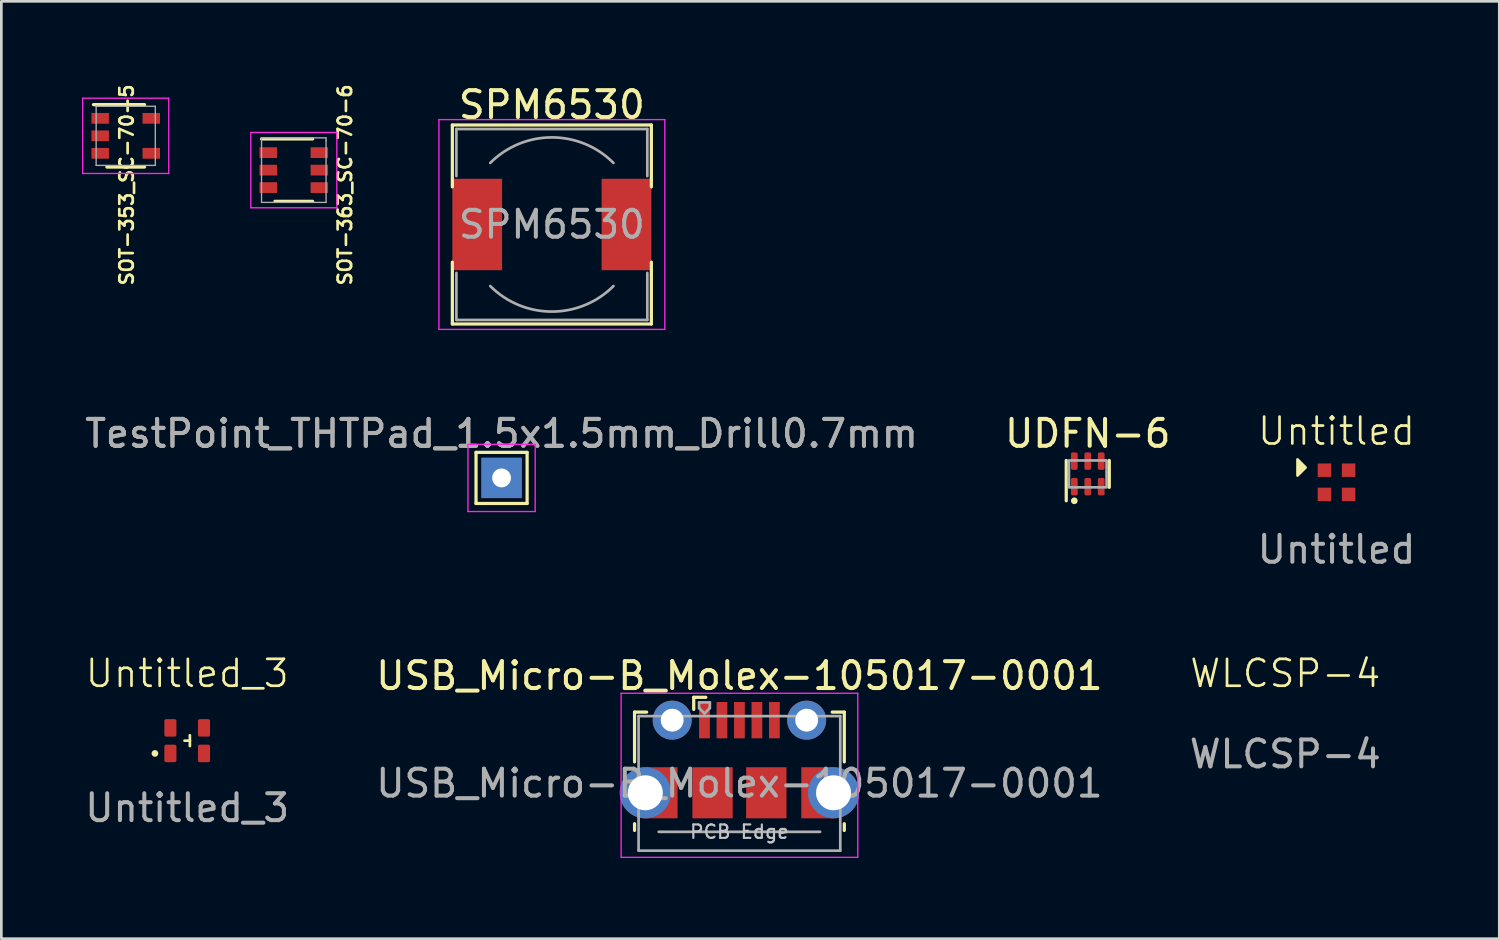
<source format=kicad_pcb>
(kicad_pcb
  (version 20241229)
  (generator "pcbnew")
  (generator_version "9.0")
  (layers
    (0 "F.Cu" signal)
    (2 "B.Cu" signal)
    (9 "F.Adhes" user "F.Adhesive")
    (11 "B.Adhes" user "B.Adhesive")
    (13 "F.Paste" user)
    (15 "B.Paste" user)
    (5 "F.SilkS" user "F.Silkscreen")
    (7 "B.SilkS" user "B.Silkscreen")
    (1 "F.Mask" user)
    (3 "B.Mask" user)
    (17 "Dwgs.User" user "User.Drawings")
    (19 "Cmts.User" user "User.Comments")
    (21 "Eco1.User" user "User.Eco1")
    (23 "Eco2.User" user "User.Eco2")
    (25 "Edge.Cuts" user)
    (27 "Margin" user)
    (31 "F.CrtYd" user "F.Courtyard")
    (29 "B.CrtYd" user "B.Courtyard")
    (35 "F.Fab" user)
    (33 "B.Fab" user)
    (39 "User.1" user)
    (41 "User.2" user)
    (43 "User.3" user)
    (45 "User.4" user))
  (footprint "USB_Micro-B_Molex-105017-0001"
    (layer "F.Cu")
    (at 24.446 26.08)
    (property "Reference" "USB_Micro-B_Molex-105017-0001" (at 0 -4 0) (layer "F.SilkS") (effects (font (size 1 1) (thickness 0.15))))
    (attr smd)
    (fp_line (start -3.9 -2.65) (end -3.45 -2.65) (stroke (width 0.12) (type solid)) (layer "F.SilkS"))
    (fp_line (start -3.9 -0.8) (end -3.9 -2.65) (stroke (width 0.12) (type solid)) (layer "F.SilkS"))
    (fp_line (start -3.9 1.75) (end -3.9 1.5) (stroke (width 0.12) (type solid)) (layer "F.SilkS"))
    (fp_line (start -1.7 -3.2) (end -1.7 -2.75) (stroke (width 0.12) (type solid)) (layer "F.SilkS"))
    (fp_line (start -1.7 -3.2) (end -1.25 -3.2) (stroke (width 0.12) (type solid)) (layer "F.SilkS"))
    (fp_line (start 3.9 -2.65) (end 3.45 -2.65) (stroke (width 0.12) (type solid)) (layer "F.SilkS"))
    (fp_line (start 3.9 -0.8) (end 3.9 -2.65) (stroke (width 0.12) (type solid)) (layer "F.SilkS"))
    (fp_line (start 3.9 1.75) (end 3.9 1.5) (stroke (width 0.12) (type solid)) (layer "F.SilkS"))
    (fp_line (start -4.4 -3.35) (end 4.4 -3.35) (stroke (width 0.05) (type solid)) (layer "F.CrtYd"))
    (fp_line (start -4.4 2.75) (end -4.4 -3.35) (stroke (width 0.05) (type solid)) (layer "F.CrtYd"))
    (fp_line (start -4.4 2.75) (end 4.4 2.75) (stroke (width 0.05) (type solid)) (layer "F.CrtYd"))
    (fp_line (start 4.4 -3.35) (end 4.4 2.75) (stroke (width 0.05) (type solid)) (layer "F.CrtYd"))
    (fp_line (start -3.75 -2.5) (end 3.75 -2.5) (stroke (width 0.1) (type solid)) (layer "F.Fab"))
    (fp_line (start -3.75 2.5) (end -3.75 -2.5) (stroke (width 0.1) (type solid)) (layer "F.Fab"))
    (fp_line (start -3.75 2.502) (end 3.75 2.502) (stroke (width 0.1) (type solid)) (layer "F.Fab"))
    (fp_line (start -3 1.802) (end 3 1.802) (stroke (width 0.1) (type solid)) (layer "F.Fab"))
    (fp_line (start -1.5 -3.01) (end -1.5 -2.8) (stroke (width 0.1) (type solid)) (layer "F.Fab"))
    (fp_line (start -1.5 -3.01) (end -1.1 -3.01) (stroke (width 0.1) (type solid)) (layer "F.Fab"))
    (fp_line (start -1.3 -2.6) (end -1.5 -2.8) (stroke (width 0.1) (type solid)) (layer "F.Fab"))
    (fp_line (start -1.1 -3.01) (end -1.1 -2.8) (stroke (width 0.1) (type solid)) (layer "F.Fab"))
    (fp_line (start -1.1 -2.8) (end -1.3 -2.6) (stroke (width 0.1) (type solid)) (layer "F.Fab"))
    (fp_line (start 3.75 2.5) (end 3.75 -2.5) (stroke (width 0.1) (type solid)) (layer "F.Fab"))
    (fp_text user "PCB Edge" (at 0 1.8 0) (layer "Dwgs.User") (effects (font (size 0.5 0.5) (thickness 0.08))))
    (fp_text user "${REFERENCE}" (at 0 0 0) (layer "F.Fab") (effects (font (size 1 1) (thickness 0.15))))
    (pad "1" smd rect (at -1.3 -2.35) (size 0.4 1.35) (layers "F.Cu" "F.Mask" "F.Paste"))
    (pad "2" smd rect (at -0.65 -2.35) (size 0.4 1.35) (layers "F.Cu" "F.Mask" "F.Paste"))
    (pad "3" smd rect (at 0 -2.35) (size 0.4 1.35) (layers "F.Cu" "F.Mask" "F.Paste"))
    (pad "4" smd rect (at 0.65 -2.35) (size 0.4 1.35) (layers "F.Cu" "F.Mask" "F.Paste"))
    (pad "5" smd rect (at 1.3 -2.35) (size 0.4 1.35) (layers "F.Cu" "F.Mask" "F.Paste"))
    (pad "6" thru_hole circle (at -3.5 0.35 180) (size 1.9 1.9) (drill 1.3) (layers "*.Cu" "*.Mask"))
    (pad "6" smd rect (at -2.9 0.35) (size 1.2 1.9) (layers "F.Cu" "F.Mask"))
    (pad "6" thru_hole circle (at -2.5 -2.35) (size 1.45 1.45) (drill 0.85) (layers "*.Cu" "*.Mask"))
    (pad "6" smd rect (at -1 0.35) (size 1.5 1.9) (layers "F.Cu" "F.Mask" "F.Paste"))
    (pad "6" smd rect (at 1 0.35) (size 1.5 1.9) (layers "F.Cu" "F.Mask" "F.Paste"))
    (pad "6" thru_hole circle (at 2.5 -2.35) (size 1.45 1.45) (drill 0.85) (layers "*.Cu" "*.Mask"))
    (pad "6" smd rect (at 2.9 0.35) (size 1.2 1.9) (layers "F.Cu" "F.Mask"))
    (pad "6" thru_hole circle (at 3.5 0.35) (size 1.9 1.9) (drill 1.3) (layers "*.Cu" "*.Mask")))
  (footprint "SOT-353_SC-70-5"
    (layer "F.Cu")
    (at 1.625 2.001)
    (property "Reference" "SOT-353_SC-70-5" (at 0.035 1.825 90) (layer "F.SilkS") (effects (font (size 0.5 0.5) (thickness 0.1))))
    (attr smd)
    (fp_line (start -0.7 1.16) (end 0.7 1.16) (stroke (width 0.12) (type solid)) (layer "F.SilkS"))
    (fp_line (start 0.7 -1.16) (end -1.2 -1.16) (stroke (width 0.12) (type solid)) (layer "F.SilkS"))
    (fp_line (start -1.6 -1.4) (end -1.6 1.4) (stroke (width 0.05) (type solid)) (layer "F.CrtYd"))
    (fp_line (start -1.6 -1.4) (end 1.6 -1.4) (stroke (width 0.05) (type solid)) (layer "F.CrtYd"))
    (fp_line (start -1.6 1.4) (end 1.6 1.4) (stroke (width 0.05) (type solid)) (layer "F.CrtYd"))
    (fp_line (start 1.6 1.4) (end 1.6 -1.4) (stroke (width 0.05) (type solid)) (layer "F.CrtYd"))
    (fp_line (start -1.1 -1.1) (end -1.1 1.1) (stroke (width 0.05) (type solid)) (layer "F.Fab"))
    (fp_line (start -1.1 1.1) (end 1.1 1.1) (stroke (width 0.05) (type solid)) (layer "F.Fab"))
    (fp_line (start 1.1 -1.1) (end -1.1 -1.1) (stroke (width 0.05) (type solid)) (layer "F.Fab"))
    (fp_line (start 1.1 1.1) (end 1.1 -1.1) (stroke (width 0.05) (type solid)) (layer "F.Fab"))
    (pad "1" smd rect (at -0.95 -0.65) (size 0.65 0.4) (layers "F.Cu" "F.Mask" "F.Paste"))
    (pad "2" smd rect (at -0.95 0) (size 0.65 0.4) (layers "F.Cu" "F.Mask" "F.Paste"))
    (pad "3" smd rect (at -0.95 0.65) (size 0.65 0.4) (layers "F.Cu" "F.Mask" "F.Paste"))
    (pad "4" smd rect (at 0.95 0.65) (size 0.65 0.4) (layers "F.Cu" "F.Mask" "F.Paste"))
    (pad "5" smd rect (at 0.95 -0.65) (size 0.65 0.4) (layers "F.Cu" "F.Mask" "F.Paste")))
  (footprint "Untitled_3"
    (layer "F.Cu")
    (at 3.911 24.492)
    (property "Reference" "Untitled_3" (at 0 -2.5 0) (unlocked yes) (layer "F.SilkS") (effects (font (size 1 1) (thickness 0.1))))
    (attr smd)
    (fp_line (start 0.1 -0.2) (end 0.1 0.2) (stroke (width 0.1) (type default)) (layer "F.SilkS"))
    (fp_line (start 0.1 0) (end -0.1 0) (stroke (width 0.1) (type default)) (layer "F.SilkS"))
    (fp_circle (center -1.2 0.475) (end -1.1 0.475) (stroke (width 0.05) (type solid)) (fill yes) (layer "F.SilkS"))
    (fp_text user "${REFERENCE}" (at 0 2.5 0) (unlocked yes) (layer "F.Fab") (effects (font (size 1 1) (thickness 0.15))))
    (pad "1" smd roundrect (at -0.625 -0.475) (size 0.45 0.65) (layers "F.Cu" "F.Mask" "F.Paste") (roundrect_rratio 0.143))
    (pad "2" smd roundrect (at -0.625 0.475) (size 0.45 0.65) (layers "F.Cu" "F.Mask" "F.Paste") (roundrect_rratio 0.143))
    (pad "3" smd roundrect (at 0.625 0.475) (size 0.45 0.65) (layers "F.Cu" "F.Mask" "F.Paste") (roundrect_rratio 0.143))
    (pad "4" smd roundrect (at 0.625 -0.475) (size 0.45 0.65) (layers "F.Cu" "F.Mask" "F.Paste") (roundrect_rratio 0.143)))
  (footprint "TestPoint_THTPad_1.5x1.5mm_Drill0.7mm"
    (layer "F.Cu")
    (at 15.601 14.722)
    (property "Reference" "TestPoint_THTPad_1.5x1.5mm_Drill0.7mm" (at 0 -1.648 0) (layer "F.Fab") (effects (font (size 1 1) (thickness 0.15))))
    (attr exclude_from_pos_files exclude_from_bom)
    (fp_line (start -0.95 -0.95) (end 0.95 -0.95) (stroke (width 0.12) (type solid)) (layer "F.SilkS"))
    (fp_line (start -0.95 0.95) (end -0.95 -0.95) (stroke (width 0.12) (type solid)) (layer "F.SilkS"))
    (fp_line (start 0.95 -0.95) (end 0.95 0.95) (stroke (width 0.12) (type solid)) (layer "F.SilkS"))
    (fp_line (start 0.95 0.95) (end -0.95 0.95) (stroke (width 0.12) (type solid)) (layer "F.SilkS"))
    (fp_line (start -1.25 -1.25) (end -1.25 1.25) (stroke (width 0.05) (type solid)) (layer "F.CrtYd"))
    (fp_line (start -1.25 -1.25) (end 1.25 -1.25) (stroke (width 0.05) (type solid)) (layer "F.CrtYd"))
    (fp_line (start 1.25 1.25) (end -1.25 1.25) (stroke (width 0.05) (type solid)) (layer "F.CrtYd"))
    (fp_line (start 1.25 1.25) (end 1.25 -1.25) (stroke (width 0.05) (type solid)) (layer "F.CrtYd"))
    (fp_text user "${REFERENCE}" (at 0 -1.65 0) (layer "F.Fab") (effects (font (size 1 1) (thickness 0.15))))
    (pad "1" thru_hole rect (at 0 0) (size 1.5 1.5) (drill 0.7) (layers "*.Cu" "*.Mask")))
  (footprint "Untitled"
    (layer "F.Cu")
    (at 46.649 14.884)
    (property "Reference" "Untitled" (at 0 -1.9 0) (unlocked yes) (layer "F.SilkS") (effects (font (size 1 1) (thickness 0.1))))
    (attr smd)
    (fp_poly (pts (xy -1.15 -0.55) (xy -1.45 -0.85) (xy -1.45 -0.25)) (stroke (width 0.1) (type solid)) (fill yes) (layer "F.SilkS"))
    (fp_text user "${REFERENCE}" (at 0 2.5 0) (unlocked yes) (layer "F.Fab") (effects (font (size 1 1) (thickness 0.15))))
    (pad "1" smd rect (at -0.45 -0.45) (size 0.5 0.5) (layers "F.Cu" "F.Mask" "F.Paste"))
    (pad "2" smd rect (at -0.45 0.45) (size 0.5 0.5) (layers "F.Cu" "F.Mask" "F.Paste"))
    (pad "3" smd rect (at 0.45 0.45) (size 0.5 0.5) (layers "F.Cu" "F.Mask" "F.Paste"))
    (pad "4" smd rect (at 0.45 -0.45) (size 0.5 0.5) (layers "F.Cu" "F.Mask" "F.Paste")))
  (footprint "WLCSP-4"
    (layer "F.Cu")
    (at 44.744 22.492)
    (property "Reference" "WLCSP-4" (at 0 -0.5 0) (unlocked yes) (layer "F.SilkS") (effects (font (size 1 1) (thickness 0.1))))
    (attr smd)
    (fp_text user "${REFERENCE}" (at 0 2.5 0) (unlocked yes) (layer "F.Fab") (effects (font (size 1 1) (thickness 0.15)))))
  (footprint "SPM6530"
    (layer "F.Cu")
    (at 17.471 5.298)
    (property "Reference" "SPM6530" (at 0 -4.45 0) (layer "F.SilkS") (effects (font (size 1 1) (thickness 0.15))))
    (attr smd)
    (fp_line (start -3.7 -3.7) (end 3.7 -3.7) (stroke (width 0.12) (type solid)) (layer "F.SilkS"))
    (fp_line (start -3.7 -1.4) (end -3.7 -3.7) (stroke (width 0.12) (type solid)) (layer "F.SilkS"))
    (fp_line (start -3.7 3.7) (end -3.7 1.4) (stroke (width 0.12) (type solid)) (layer "F.SilkS"))
    (fp_line (start 3.7 -3.7) (end 3.7 -1.4) (stroke (width 0.12) (type solid)) (layer "F.SilkS"))
    (fp_line (start 3.7 1.4) (end 3.7 3.7) (stroke (width 0.12) (type solid)) (layer "F.SilkS"))
    (fp_line (start 3.7 3.7) (end -3.7 3.7) (stroke (width 0.12) (type solid)) (layer "F.SilkS"))
    (fp_line (start -4.2 -3.9) (end -4.2 3.9) (stroke (width 0.05) (type solid)) (layer "F.CrtYd"))
    (fp_line (start -4.2 3.9) (end 4.2 3.9) (stroke (width 0.05) (type solid)) (layer "F.CrtYd"))
    (fp_line (start 4.2 -3.9) (end -4.2 -3.9) (stroke (width 0.05) (type solid)) (layer "F.CrtYd"))
    (fp_line (start 4.2 3.9) (end 4.2 -3.9) (stroke (width 0.05) (type solid)) (layer "F.CrtYd"))
    (fp_line (start -3.55 -3.55) (end -3.55 -1.8) (stroke (width 0.1) (type solid)) (layer "F.Fab"))
    (fp_line (start -3.55 -3.55) (end 3.55 -3.55) (stroke (width 0.1) (type solid)) (layer "F.Fab"))
    (fp_line (start -3.55 3.55) (end -3.55 1.8) (stroke (width 0.1) (type solid)) (layer "F.Fab"))
    (fp_line (start 3.55 -3.55) (end 3.55 -1.8) (stroke (width 0.1) (type solid)) (layer "F.Fab"))
    (fp_line (start 3.55 3.55) (end -3.55 3.55) (stroke (width 0.1) (type solid)) (layer "F.Fab"))
    (fp_line (start 3.55 3.55) (end 3.55 1.8) (stroke (width 0.1) (type solid)) (layer "F.Fab"))
    (fp_arc (start -2.29 -2.29) (mid 0 -3.238549) (end 2.29 -2.29) (stroke (width 0.1) (type solid)) (layer "F.Fab"))
    (fp_arc (start 2.29 2.29) (mid 0 3.238549) (end -2.29 2.29) (stroke (width 0.1) (type solid)) (layer "F.Fab"))
    (fp_text user "${REFERENCE}" (at 0 0 0) (layer "F.Fab") (effects (font (size 1 1) (thickness 0.15))))
    (pad "1" smd rect (at -2.775 0) (size 1.85 3.4) (layers "F.Cu" "F.Mask" "F.Paste"))
    (pad "2" smd rect (at 2.775 0) (size 1.85 3.4) (layers "F.Cu" "F.Mask" "F.Paste")))
  (footprint "SOT-363_SC-70-6"
    (layer "F.Cu")
    (at 7.875 3.276)
    (property "Reference" "SOT-363_SC-70-6" (at 1.903 0.55 90) (layer "F.SilkS") (effects (font (size 0.5 0.5) (thickness 0.1))))
    (attr smd)
    (fp_line (start -0.7 1.16) (end 0.7 1.16) (stroke (width 0.12) (type solid)) (layer "F.SilkS"))
    (fp_line (start 0.7 -1.16) (end -1.2 -1.16) (stroke (width 0.12) (type solid)) (layer "F.SilkS"))
    (fp_line (start -1.6 1.4) (end 1.6 1.4) (stroke (width 0.05) (type solid)) (layer "F.CrtYd"))
    (fp_line (start -1.6 -1.4) (end -1.6 1.4) (stroke (width 0.05) (type solid)) (layer "F.CrtYd"))
    (fp_line (start -1.6 -1.4) (end 1.6 -1.4) (stroke (width 0.05) (type solid)) (layer "F.CrtYd"))
    (fp_line (start 1.6 1.4) (end 1.6 -1.4) (stroke (width 0.05) (type solid)) (layer "F.CrtYd"))
    (fp_line (start -1.2 -1.2) (end -1.2 1.2) (stroke (width 0.05) (type solid)) (layer "F.Fab"))
    (fp_line (start -1.2 1.2) (end 1.2 1.2) (stroke (width 0.05) (type solid)) (layer "F.Fab"))
    (fp_line (start 1.2 -1.2) (end -1.2 -1.2) (stroke (width 0.05) (type solid)) (layer "F.Fab"))
    (fp_line (start 1.2 -1.1) (end 1.2 -1.2) (stroke (width 0.05) (type solid)) (layer "F.Fab"))
    (fp_line (start 1.2 1.2) (end 1.2 -1.1) (stroke (width 0.05) (type solid)) (layer "F.Fab"))
    (pad "1" smd rect (at -0.95 -0.65) (size 0.65 0.4) (layers "F.Cu" "F.Mask" "F.Paste"))
    (pad "2" smd rect (at -0.95 0) (size 0.65 0.4) (layers "F.Cu" "F.Mask" "F.Paste"))
    (pad "3" smd rect (at -0.95 0.65) (size 0.65 0.4) (layers "F.Cu" "F.Mask" "F.Paste"))
    (pad "4" smd rect (at 0.95 0.65) (size 0.65 0.4) (layers "F.Cu" "F.Mask" "F.Paste"))
    (pad "5" smd rect (at 0.95 0) (size 0.65 0.4) (layers "F.Cu" "F.Mask" "F.Paste"))
    (pad "6" smd rect (at 0.95 -0.65) (size 0.65 0.4) (layers "F.Cu" "F.Mask" "F.Paste")))
  (footprint "UDFN-6"
    (layer "F.Cu")
    (at 37.399 14.572)
    (property "Reference" "UDFN-6" (at 0 -1.5 0) (unlocked yes) (layer "F.SilkS") (effects (font (size 1 1) (thickness 0.15))))
    (attr smd)
    (fp_line (start -0.8 -0.5) (end -0.8 1) (stroke (width 0.12) (type default)) (layer "F.SilkS"))
    (fp_line (start 0.8 -0.5) (end 0.8 0.5) (stroke (width 0.12) (type default)) (layer "F.SilkS"))
    (fp_circle (center -0.5 1) (end -0.425 1) (stroke (width 0.1) (type solid)) (fill yes) (layer "F.SilkS"))
    (fp_rect (start -0.7 -0.5) (end 0.7 0.5) (stroke (width 0.1) (type default)) (fill no) (layer "F.Fab"))
    (pad "1" smd roundrect (at -0.5 0.475) (size 0.25 0.65) (layers "F.Cu" "F.Mask" "F.Paste") (roundrect_rratio 0.25))
    (pad "2" smd roundrect (at 0 0.475) (size 0.25 0.65) (layers "F.Cu" "F.Mask" "F.Paste") (roundrect_rratio 0.25))
    (pad "3" smd roundrect (at 0.5 0.475) (size 0.25 0.65) (layers "F.Cu" "F.Mask" "F.Paste") (roundrect_rratio 0.25))
    (pad "4" smd roundrect (at 0.5 -0.475) (size 0.25 0.65) (layers "F.Cu" "F.Mask" "F.Paste") (roundrect_rratio 0.25))
    (pad "5" smd roundrect (at 0 -0.475) (size 0.25 0.65) (layers "F.Cu" "F.Mask" "F.Paste") (roundrect_rratio 0.25))
    (pad "6" smd roundrect (at -0.5 -0.475) (size 0.25 0.65) (layers "F.Cu" "F.Mask" "F.Paste") (roundrect_rratio 0.25)))
  (gr_rect
    (start -3 -3)
    (end 52.702 31.855)
    (stroke (width 0.1) (type default))
    (fill no)
    (layer "Edge.Cuts")))
</source>
